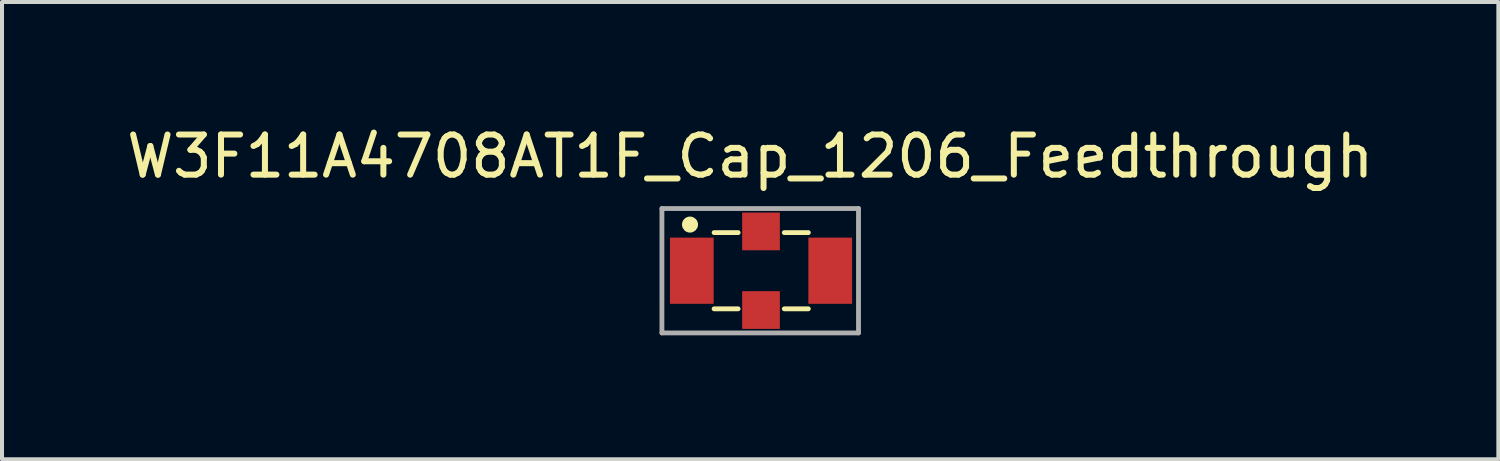
<source format=kicad_pcb>
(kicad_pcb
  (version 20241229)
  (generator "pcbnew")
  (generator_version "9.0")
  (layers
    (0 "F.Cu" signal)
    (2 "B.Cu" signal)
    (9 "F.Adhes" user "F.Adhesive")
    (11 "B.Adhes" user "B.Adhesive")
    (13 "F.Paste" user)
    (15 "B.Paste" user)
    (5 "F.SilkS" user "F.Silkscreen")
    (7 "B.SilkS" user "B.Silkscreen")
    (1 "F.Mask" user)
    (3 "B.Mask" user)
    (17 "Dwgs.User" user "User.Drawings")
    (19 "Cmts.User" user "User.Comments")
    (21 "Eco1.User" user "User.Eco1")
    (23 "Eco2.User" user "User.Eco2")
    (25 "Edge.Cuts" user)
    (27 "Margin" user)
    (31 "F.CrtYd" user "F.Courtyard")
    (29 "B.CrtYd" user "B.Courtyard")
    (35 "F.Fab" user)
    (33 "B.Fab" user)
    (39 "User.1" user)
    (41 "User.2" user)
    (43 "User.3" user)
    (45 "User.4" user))
  (footprint "W3F11A4708AT1F_Cap_1206_Feedthrough"
    (layer "F.Cu")
    (at 13.649 5.148)
    (property "Reference" "W3F11A4708AT1F_Cap_1206_Feedthrough" (at 2 -4.3 0) (layer "F.SilkS") (effects (font (size 1 1) (thickness 0.15))))
    (attr through_hole)
    (fp_line (start 1.1 -2.4) (end 1.7 -2.4) (stroke (width 0.12) (type solid)) (layer "F.SilkS"))
    (fp_line (start 1.1 -0.5) (end 1.7 -0.5) (stroke (width 0.12) (type solid)) (layer "F.SilkS"))
    (fp_line (start 2.85 -2.4) (end 3.45 -2.4) (stroke (width 0.12) (type solid)) (layer "F.SilkS"))
    (fp_line (start 2.85 -0.5) (end 3.45 -0.5) (stroke (width 0.12) (type solid)) (layer "F.SilkS"))
    (fp_circle (center 0.5 -2.6) (end 0.6 -2.6) (stroke (width 0.2) (type solid)) (fill no) (layer "F.SilkS"))
    (fp_line (start -0.2 -3) (end -0.2 0.1) (stroke (width 0.12) (type solid)) (layer "F.Fab"))
    (fp_line (start -0.2 0.1) (end 4.7 0.1) (stroke (width 0.12) (type solid)) (layer "F.Fab"))
    (fp_line (start 4.7 -3) (end -0.2 -3) (stroke (width 0.12) (type solid)) (layer "F.Fab"))
    (fp_line (start 4.7 0.1) (end 4.7 -3) (stroke (width 0.12) (type solid)) (layer "F.Fab"))
    (pad "1" smd rect (at 0.545 -1.45) (size 1.09 1.65) (layers "F.Cu" "F.Mask" "F.Paste"))
    (pad "2" smd rect (at 2.27 -2.43) (size 0.94 0.94) (layers "F.Cu" "F.Mask" "F.Paste"))
    (pad "2" smd rect (at 2.27 -0.47) (size 0.94 0.94) (layers "F.Cu" "F.Mask" "F.Paste"))
    (pad "3" smd rect (at 3.995 -1.45) (size 1.09 1.65) (layers "F.Cu" "F.Mask" "F.Paste")))
  (gr_rect
    (start -3 -3)
    (end 34.298 8.398)
    (stroke (width 0.1) (type default))
    (fill no)
    (layer "Edge.Cuts")))
</source>
